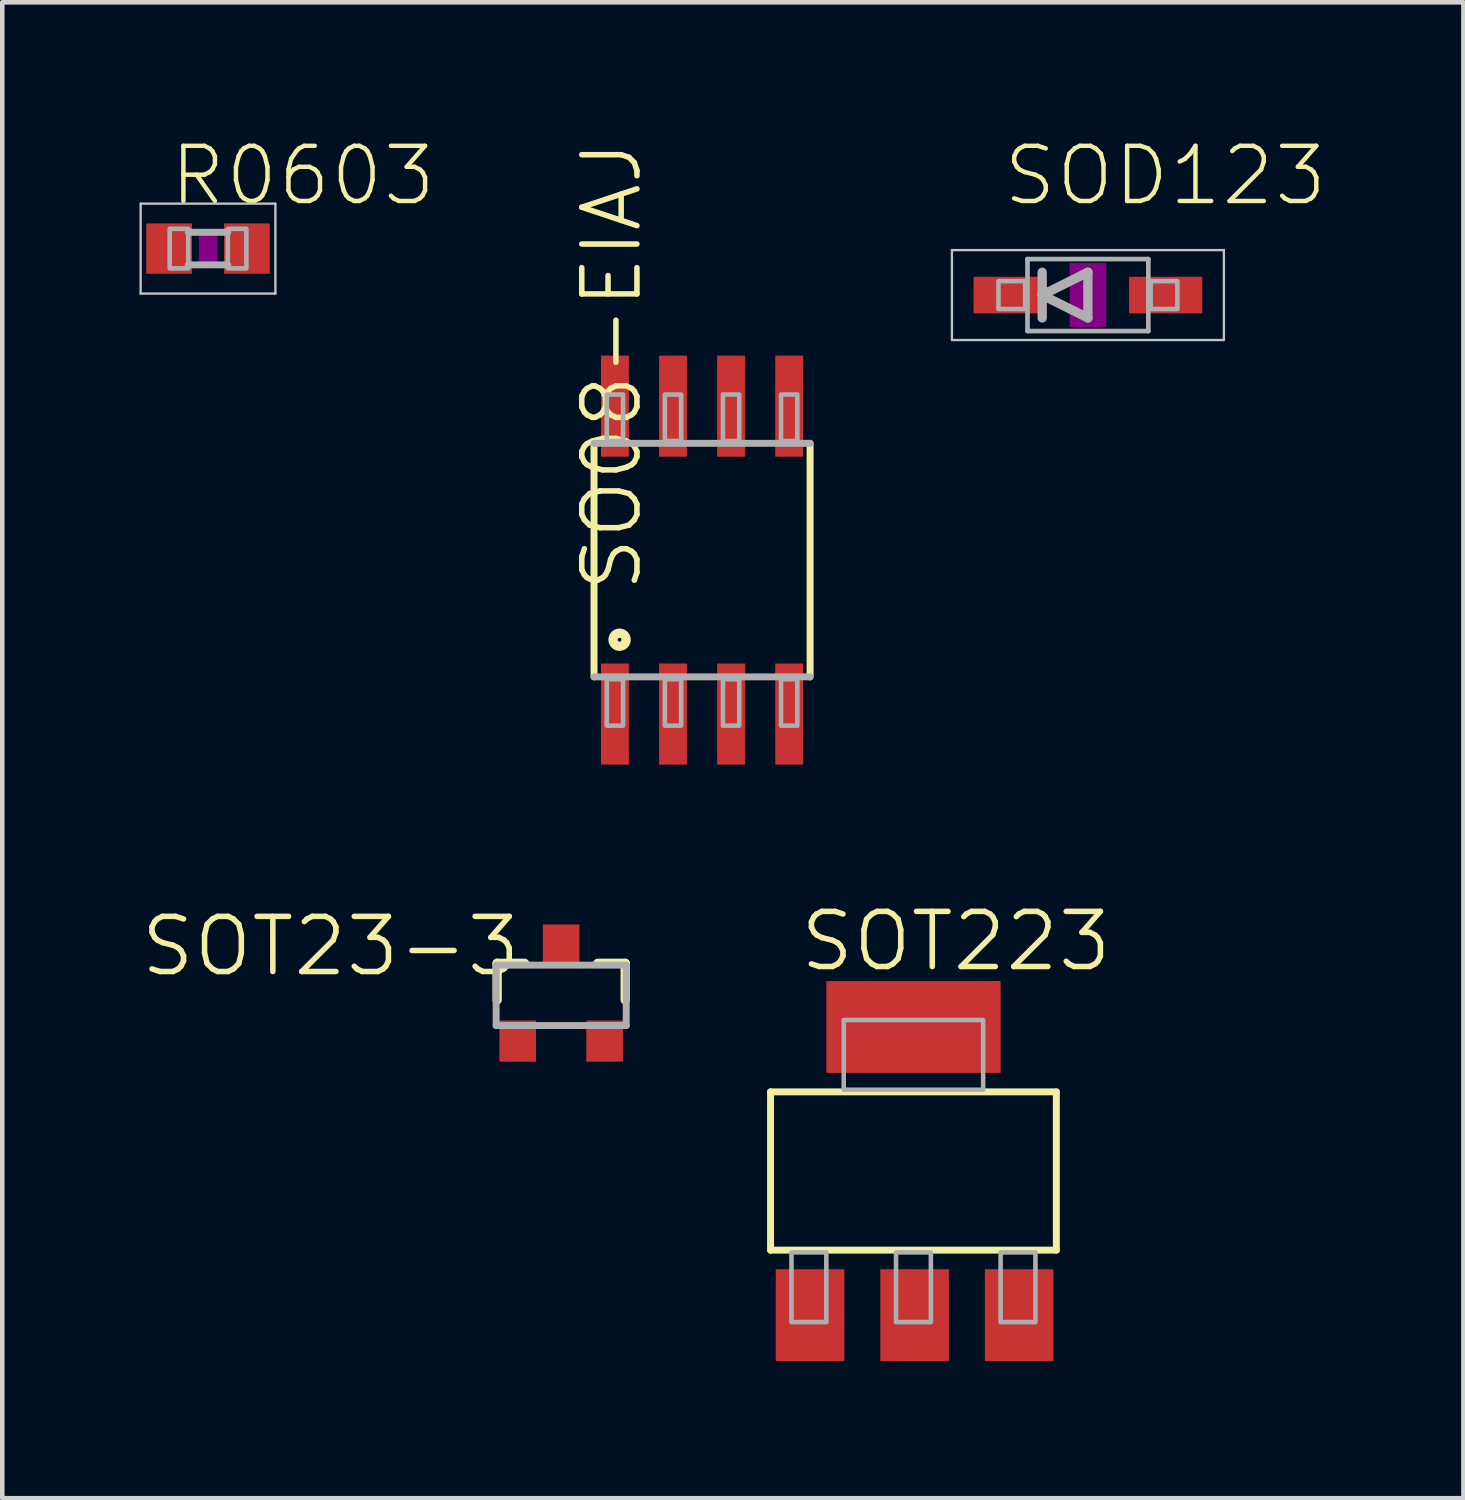
<source format=kicad_pcb>
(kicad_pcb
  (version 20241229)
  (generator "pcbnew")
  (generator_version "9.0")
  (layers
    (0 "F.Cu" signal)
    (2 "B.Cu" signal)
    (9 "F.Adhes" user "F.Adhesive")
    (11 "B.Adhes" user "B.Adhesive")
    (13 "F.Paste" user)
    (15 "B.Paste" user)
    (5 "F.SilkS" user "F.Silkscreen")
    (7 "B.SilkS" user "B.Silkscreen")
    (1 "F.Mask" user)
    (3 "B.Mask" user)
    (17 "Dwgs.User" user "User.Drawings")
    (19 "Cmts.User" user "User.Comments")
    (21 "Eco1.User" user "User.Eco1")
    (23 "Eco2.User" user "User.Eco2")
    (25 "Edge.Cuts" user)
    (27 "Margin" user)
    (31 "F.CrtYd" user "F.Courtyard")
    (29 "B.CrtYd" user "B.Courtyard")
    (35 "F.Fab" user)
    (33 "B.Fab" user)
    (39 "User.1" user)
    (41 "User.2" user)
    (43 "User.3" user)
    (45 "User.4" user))
  (footprint "R0603"
    (layer "F.Cu")
    (at 1.498 2.385)
    (property "Reference" "R0603" (at -0.889 -0.889 0) (layer "F.SilkS") (effects (font (size 1.206 1.206) (thickness 0.097)) (justify left bottom)))
    (attr through_hole)
    (fp_poly (pts (xy -0.2 0.4) (xy 0.2 0.4) (xy 0.2 -0.4) (xy -0.2 -0.4)) (stroke (width 0) (type solid)) (fill yes) (layer "F.Adhes"))
    (fp_line (start -1.473 -0.983) (end 1.473 -0.983) (stroke (width 0.051) (type solid)) (layer "Dwgs.User"))
    (fp_line (start -1.473 0.983) (end -1.473 -0.983) (stroke (width 0.051) (type solid)) (layer "Dwgs.User"))
    (fp_line (start 1.473 -0.983) (end 1.473 0.983) (stroke (width 0.051) (type solid)) (layer "Dwgs.User"))
    (fp_line (start 1.473 0.983) (end -1.473 0.983) (stroke (width 0.051) (type solid)) (layer "Dwgs.User"))
    (fp_line (start -0.432 0.356) (end 0.432 0.356) (stroke (width 0.152) (type solid)) (layer "F.Fab"))
    (fp_line (start 0.432 -0.356) (end -0.432 -0.356) (stroke (width 0.152) (type solid)) (layer "F.Fab"))
    (fp_poly (pts (xy -0.838 0.432) (xy -0.432 0.432) (xy -0.432 -0.432) (xy -0.838 -0.432)) (stroke (width 0.1) (type solid)) (fill no) (layer "F.Fab"))
    (fp_poly (pts (xy 0.432 0.432) (xy 0.838 0.432) (xy 0.838 -0.432) (xy 0.432 -0.432)) (stroke (width 0.1) (type solid)) (fill no) (layer "F.Fab"))
    (pad "1" smd rect (at -0.85 0) (size 1 1.1) (layers "F.Cu" "F.Mask" "F.Paste"))
    (pad "2" smd rect (at 0.85 0) (size 1 1.1) (layers "F.Cu" "F.Mask" "F.Paste")))
  (footprint "SO08-EIAJ"
    (layer "F.Cu")
    (at 12.299 9.183)
    (property "Reference" "SO08-EIAJ" (at -1.27 0.762 90) (layer "F.SilkS") (effects (font (size 1.206 1.206) (thickness 0.121)) (justify left bottom)))
    (attr through_hole)
    (fp_line (start -2.362 -2.54) (end -2.362 2.565) (stroke (width 0.152) (type solid)) (layer "F.SilkS"))
    (fp_line (start 2.362 2.565) (end 2.362 -2.54) (stroke (width 0.152) (type solid)) (layer "F.SilkS"))
    (fp_circle (center -1.803 1.753) (end -1.66 1.753) (stroke (width 0.203) (type solid)) (fill no) (layer "F.SilkS"))
    (fp_line (start -2.362 2.565) (end 2.362 2.565) (stroke (width 0.152) (type solid)) (layer "F.Fab"))
    (fp_line (start 2.362 -2.54) (end -2.362 -2.54) (stroke (width 0.152) (type solid)) (layer "F.Fab"))
    (fp_poly (pts (xy -2.083 -2.591) (xy -1.727 -2.591) (xy -1.727 -3.607) (xy -2.083 -3.607)) (stroke (width 0.1) (type solid)) (fill no) (layer "F.Fab"))
    (fp_poly (pts (xy -2.083 3.632) (xy -1.727 3.632) (xy -1.727 2.616) (xy -2.083 2.616)) (stroke (width 0.1) (type solid)) (fill no) (layer "F.Fab"))
    (fp_poly (pts (xy -0.813 -2.591) (xy -0.457 -2.591) (xy -0.457 -3.607) (xy -0.813 -3.607)) (stroke (width 0.1) (type solid)) (fill no) (layer "F.Fab"))
    (fp_poly (pts (xy -0.813 3.632) (xy -0.457 3.632) (xy -0.457 2.616) (xy -0.813 2.616)) (stroke (width 0.1) (type solid)) (fill no) (layer "F.Fab"))
    (fp_poly (pts (xy 0.457 -2.591) (xy 0.813 -2.591) (xy 0.813 -3.607) (xy 0.457 -3.607)) (stroke (width 0.1) (type solid)) (fill no) (layer "F.Fab"))
    (fp_poly (pts (xy 0.457 3.632) (xy 0.813 3.632) (xy 0.813 2.616) (xy 0.457 2.616)) (stroke (width 0.1) (type solid)) (fill no) (layer "F.Fab"))
    (fp_poly (pts (xy 1.727 -2.591) (xy 2.083 -2.591) (xy 2.083 -3.607) (xy 1.727 -3.607)) (stroke (width 0.1) (type solid)) (fill no) (layer "F.Fab"))
    (fp_poly (pts (xy 1.727 3.632) (xy 2.083 3.632) (xy 2.083 2.616) (xy 1.727 2.616)) (stroke (width 0.1) (type solid)) (fill no) (layer "F.Fab"))
    (pad "1" smd rect (at -1.905 3.378) (size 0.61 2.21) (layers "F.Cu" "F.Mask" "F.Paste"))
    (pad "2" smd rect (at -0.635 3.378) (size 0.61 2.21) (layers "F.Cu" "F.Mask" "F.Paste"))
    (pad "3" smd rect (at 0.635 3.378) (size 0.61 2.21) (layers "F.Cu" "F.Mask" "F.Paste"))
    (pad "4" smd rect (at 1.905 3.378) (size 0.61 2.21) (layers "F.Cu" "F.Mask" "F.Paste"))
    (pad "5" smd rect (at 1.905 -3.353) (size 0.61 2.21) (layers "F.Cu" "F.Mask" "F.Paste"))
    (pad "6" smd rect (at 0.635 -3.353) (size 0.61 2.21) (layers "F.Cu" "F.Mask" "F.Paste"))
    (pad "7" smd rect (at -0.635 -3.353) (size 0.61 2.21) (layers "F.Cu" "F.Mask" "F.Paste"))
    (pad "8" smd rect (at -1.905 -3.353) (size 0.61 2.21) (layers "F.Cu" "F.Mask" "F.Paste")))
  (footprint "SOT23-3"
    (layer "F.Cu")
    (at 9.219 18.711)
    (property "Reference" "SOT23-3" (at -0.826 -1.778 180) (layer "F.SilkS") (effects (font (size 1.206 1.206) (thickness 0.121)) (justify right top)))
    (attr through_hole)
    (fp_line (start -1.4 -0.7) (end -1.4 0.1) (stroke (width 0.203) (type solid)) (layer "F.SilkS"))
    (fp_line (start -0.8 -0.7) (end -1.4 -0.7) (stroke (width 0.203) (type solid)) (layer "F.SilkS"))
    (fp_line (start 0.8 -0.7) (end 1.4 -0.7) (stroke (width 0.203) (type solid)) (layer "F.SilkS"))
    (fp_line (start 1.4 -0.7) (end 1.4 0.1) (stroke (width 0.203) (type solid)) (layer "F.SilkS"))
    (fp_line (start -1.422 -0.66) (end 1.422 -0.66) (stroke (width 0.152) (type solid)) (layer "F.Fab"))
    (fp_line (start -1.422 0.66) (end -1.422 -0.66) (stroke (width 0.152) (type solid)) (layer "F.Fab"))
    (fp_line (start 1.422 -0.66) (end 1.422 0.66) (stroke (width 0.152) (type solid)) (layer "F.Fab"))
    (fp_line (start 1.422 0.66) (end -1.422 0.66) (stroke (width 0.152) (type solid)) (layer "F.Fab"))
    (pad "1" smd rect (at -0.95 1) (size 0.8 0.9) (layers "F.Cu" "F.Mask" "F.Paste"))
    (pad "2" smd rect (at 0.95 1) (size 0.8 0.9) (layers "F.Cu" "F.Mask" "F.Paste"))
    (pad "3" smd rect (at 0 -1.1) (size 0.8 0.9) (layers "F.Cu" "F.Mask" "F.Paste")))
  (footprint "SOD123"
    (layer "F.Cu")
    (at 20.735 3.401)
    (property "Reference" "SOD123" (at -1.905 -1.905 0) (layer "F.SilkS") (effects (font (size 1.206 1.206) (thickness 0.097)) (justify left bottom)))
    (attr through_hole)
    (fp_poly (pts (xy -0.4 0.7) (xy 0.4 0.7) (xy 0.4 -0.7) (xy -0.4 -0.7)) (stroke (width 0) (type solid)) (fill yes) (layer "F.Adhes"))
    (fp_line (start -2.973 -0.983) (end 2.973 -0.983) (stroke (width 0.051) (type solid)) (layer "Dwgs.User"))
    (fp_line (start -2.973 0.983) (end -2.973 -0.983) (stroke (width 0.051) (type solid)) (layer "Dwgs.User"))
    (fp_line (start 2.973 -0.983) (end 2.973 0.983) (stroke (width 0.051) (type solid)) (layer "Dwgs.User"))
    (fp_line (start 2.973 0.983) (end -2.973 0.983) (stroke (width 0.051) (type solid)) (layer "Dwgs.User"))
    (fp_line (start -1.321 -0.787) (end 1.321 -0.787) (stroke (width 0.102) (type solid)) (layer "F.Fab"))
    (fp_line (start -1.321 0.787) (end -1.321 -0.787) (stroke (width 0.102) (type solid)) (layer "F.Fab"))
    (fp_line (start -1.321 0.787) (end 1.321 0.787) (stroke (width 0.102) (type solid)) (layer "F.Fab"))
    (fp_line (start -1 -0.5) (end -1 0) (stroke (width 0.203) (type solid)) (layer "F.Fab"))
    (fp_line (start -1 0) (end -1 0.5) (stroke (width 0.203) (type solid)) (layer "F.Fab"))
    (fp_line (start -1 0) (end 0 -0.5) (stroke (width 0.203) (type solid)) (layer "F.Fab"))
    (fp_line (start 0 -0.5) (end 0 0.5) (stroke (width 0.203) (type solid)) (layer "F.Fab"))
    (fp_line (start 0 0.5) (end -1 0) (stroke (width 0.203) (type solid)) (layer "F.Fab"))
    (fp_line (start 1.321 0.787) (end 1.321 -0.787) (stroke (width 0.102) (type solid)) (layer "F.Fab"))
    (fp_poly (pts (xy -1.956 0.305) (xy -1.372 0.305) (xy -1.372 -0.305) (xy -1.956 -0.305)) (stroke (width 0.1) (type solid)) (fill no) (layer "F.Fab"))
    (fp_poly (pts (xy 1.372 0.305) (xy 1.956 0.305) (xy 1.956 -0.305) (xy 1.372 -0.305)) (stroke (width 0.1) (type solid)) (fill no) (layer "F.Fab"))
    (pad "1" smd rect (at -1.7 0) (size 1.6 0.8) (layers "F.Cu" "F.Mask" "F.Paste"))
    (pad "2" smd rect (at 1.7 0) (size 1.6 0.8) (layers "F.Cu" "F.Mask" "F.Paste")))
  (footprint "SOT223"
    (layer "F.Cu")
    (at 16.921 22.553)
    (property "Reference" "SOT223" (at -2.54 -4.318 0) (layer "F.SilkS") (effects (font (size 1.206 1.206) (thickness 0.121)) (justify left bottom)))
    (attr through_hole)
    (fp_line (start -3.124 -1.731) (end -3.124 1.729) (stroke (width 0.152) (type solid)) (layer "F.SilkS"))
    (fp_line (start -3.124 -1.731) (end 3.124 -1.731) (stroke (width 0.152) (type solid)) (layer "F.SilkS"))
    (fp_line (start 3.124 1.729) (end -3.124 1.729) (stroke (width 0.152) (type solid)) (layer "F.SilkS"))
    (fp_line (start 3.124 1.729) (end 3.124 -1.731) (stroke (width 0.152) (type solid)) (layer "F.SilkS"))
    (fp_poly (pts (xy -2.667 3.302) (xy -1.905 3.302) (xy -1.905 1.778) (xy -2.667 1.778)) (stroke (width 0.1) (type solid)) (fill no) (layer "F.Fab"))
    (fp_poly (pts (xy -1.524 -1.778) (xy 1.524 -1.778) (xy 1.524 -3.302) (xy -1.524 -3.302)) (stroke (width 0.1) (type solid)) (fill no) (layer "F.Fab"))
    (fp_poly (pts (xy -0.381 3.302) (xy 0.381 3.302) (xy 0.381 1.778) (xy -0.381 1.778)) (stroke (width 0.1) (type solid)) (fill no) (layer "F.Fab"))
    (fp_poly (pts (xy 1.905 3.302) (xy 2.667 3.302) (xy 2.667 1.778) (xy 1.905 1.778)) (stroke (width 0.1) (type solid)) (fill no) (layer "F.Fab"))
    (pad "1" smd rect (at -2.261 3.15) (size 1.499 2.007) (layers "F.Cu" "F.Mask" "F.Paste"))
    (pad "2" smd rect (at 0.025 3.15) (size 1.499 2.007) (layers "F.Cu" "F.Mask" "F.Paste"))
    (pad "3" smd rect (at 2.311 3.15) (size 1.499 2.007) (layers "F.Cu" "F.Mask" "F.Paste"))
    (pad "4" smd rect (at 0 -3.15) (size 3.81 2.007) (layers "F.Cu" "F.Mask" "F.Paste")))
  (gr_rect
    (start -3 -3)
    (end 28.945 29.705)
    (stroke (width 0.1) (type default))
    (fill no)
    (layer "Edge.Cuts")))
</source>
